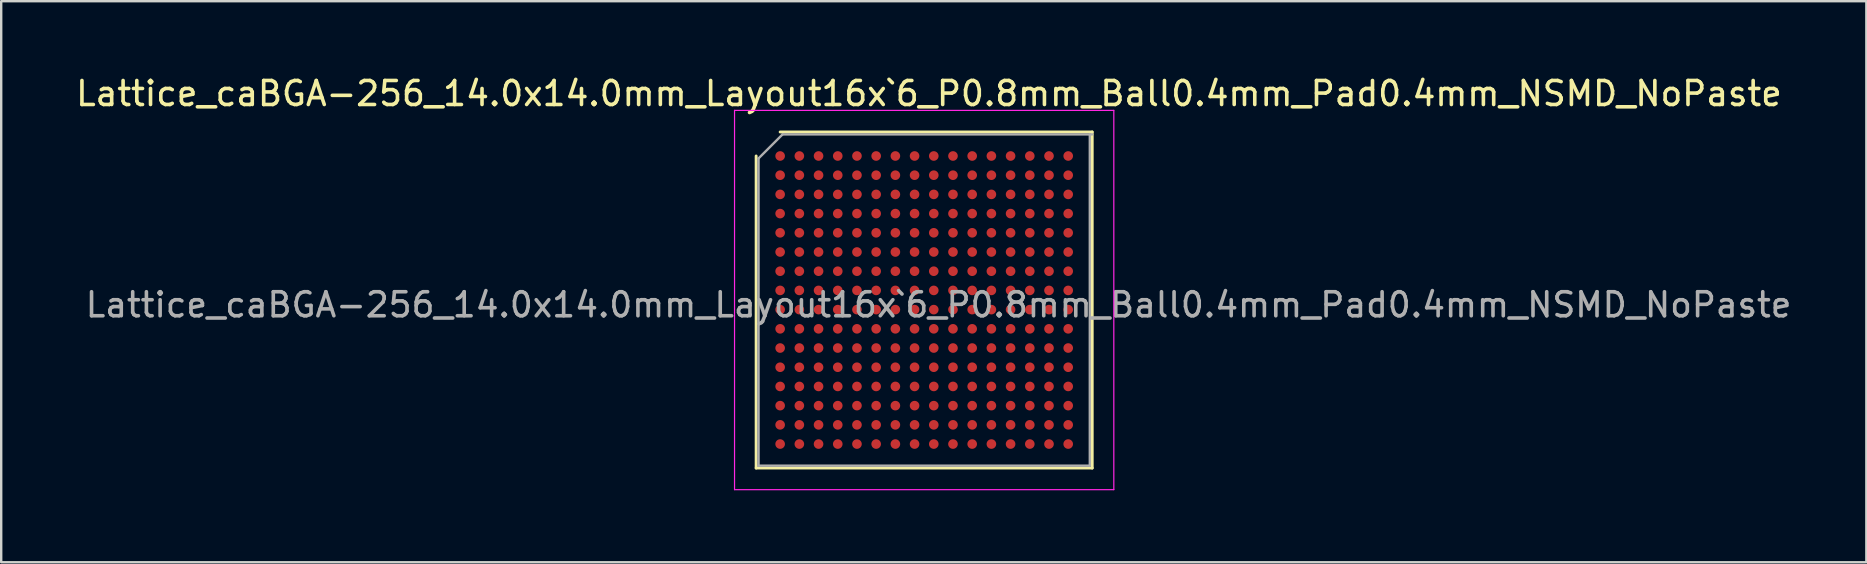
<source format=kicad_pcb>
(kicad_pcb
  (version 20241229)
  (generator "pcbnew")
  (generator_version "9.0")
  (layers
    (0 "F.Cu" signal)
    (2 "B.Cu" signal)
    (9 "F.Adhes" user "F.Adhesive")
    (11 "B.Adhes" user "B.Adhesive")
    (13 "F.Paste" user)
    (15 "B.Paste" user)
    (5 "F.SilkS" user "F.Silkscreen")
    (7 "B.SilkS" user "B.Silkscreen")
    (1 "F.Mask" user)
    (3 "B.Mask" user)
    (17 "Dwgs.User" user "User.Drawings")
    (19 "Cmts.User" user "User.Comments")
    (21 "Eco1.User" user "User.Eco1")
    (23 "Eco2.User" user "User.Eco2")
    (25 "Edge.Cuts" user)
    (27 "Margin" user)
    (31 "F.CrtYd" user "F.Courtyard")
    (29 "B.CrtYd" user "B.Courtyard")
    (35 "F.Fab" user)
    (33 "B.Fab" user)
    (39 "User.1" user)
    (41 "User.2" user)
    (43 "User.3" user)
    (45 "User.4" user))
  (footprint "Lattice_caBGA-256_14.0x14.0mm_Layout16x`6_P0.8mm_Ball0.4mm_Pad0.4mm_NSMD_NoPaste"
    (layer "F.Cu")
    (at 35.449 9.448)
    (property "Reference" "Lattice_caBGA-256_14.0x14.0mm_Layout16x`6_P0.8mm_Ball0.4mm_Pad0.4mm_NSMD_NoPaste" (at 0.2 -8.6 0) (layer "F.SilkS") (effects (font (size 1 1) (thickness 0.15))))
    (attr smd)
    (fp_line (start -7 7) (end -7 -6) (stroke (width 0.12) (type solid)) (layer "F.SilkS"))
    (fp_line (start -6 -7) (end 7 -7) (stroke (width 0.12) (type solid)) (layer "F.SilkS"))
    (fp_line (start 7 -7) (end 7 7) (stroke (width 0.12) (type solid)) (layer "F.SilkS"))
    (fp_line (start 7 7) (end -7 7) (stroke (width 0.12) (type solid)) (layer "F.SilkS"))
    (fp_line (start -7.9 -7.9) (end -7.9 7.9) (stroke (width 0.05) (type solid)) (layer "F.CrtYd"))
    (fp_line (start -7.9 7.9) (end 7.9 7.9) (stroke (width 0.05) (type solid)) (layer "F.CrtYd"))
    (fp_line (start 7.9 -7.9) (end -7.9 -7.9) (stroke (width 0.05) (type solid)) (layer "F.CrtYd"))
    (fp_line (start 7.9 7.9) (end 7.9 -7.9) (stroke (width 0.05) (type solid)) (layer "F.CrtYd"))
    (fp_line (start -6.9 -5.9) (end -5.9 -6.9) (stroke (width 0.1) (type solid)) (layer "F.Fab"))
    (fp_line (start -6.9 6.9) (end -6.9 -5.9) (stroke (width 0.1) (type solid)) (layer "F.Fab"))
    (fp_line (start -5.9 -6.9) (end 7 -6.9) (stroke (width 0.1) (type solid)) (layer "F.Fab"))
    (fp_line (start 6.9 -6.9) (end 6.9 6.9) (stroke (width 0.1) (type solid)) (layer "F.Fab"))
    (fp_line (start 6.9 6.9) (end -6.9 6.9) (stroke (width 0.1) (type solid)) (layer "F.Fab"))
    (fp_text user "${REFERENCE}" (at 0.6 0.2 0) (layer "F.Fab") (effects (font (size 1 1) (thickness 0.15))))
    (pad "A1" smd circle (at -6 -6) (size 0.4 0.4) (layers "F.Cu" "F.Mask"))
    (pad "A2" smd circle (at -6 -5.2) (size 0.4 0.4) (layers "F.Cu" "F.Mask"))
    (pad "A3" smd circle (at -6 -4.4) (size 0.4 0.4) (layers "F.Cu" "F.Mask"))
    (pad "A4" smd circle (at -6 -3.6) (size 0.4 0.4) (layers "F.Cu" "F.Mask"))
    (pad "A5" smd circle (at -6 -2.8) (size 0.4 0.4) (layers "F.Cu" "F.Mask"))
    (pad "A6" smd circle (at -6 -2) (size 0.4 0.4) (layers "F.Cu" "F.Mask"))
    (pad "A7" smd circle (at -6 -1.2) (size 0.4 0.4) (layers "F.Cu" "F.Mask"))
    (pad "A8" smd circle (at -6 -0.4) (size 0.4 0.4) (layers "F.Cu" "F.Mask"))
    (pad "A9" smd circle (at -6 0.4) (size 0.4 0.4) (layers "F.Cu" "F.Mask"))
    (pad "A10" smd circle (at -6 1.2) (size 0.4 0.4) (layers "F.Cu" "F.Mask"))
    (pad "A11" smd circle (at -6 2) (size 0.4 0.4) (layers "F.Cu" "F.Mask"))
    (pad "A12" smd circle (at -6 2.8) (size 0.4 0.4) (layers "F.Cu" "F.Mask"))
    (pad "A13" smd circle (at -6 3.6) (size 0.4 0.4) (layers "F.Cu" "F.Mask"))
    (pad "A14" smd circle (at -6 4.4) (size 0.4 0.4) (layers "F.Cu" "F.Mask"))
    (pad "A15" smd circle (at -6 5.2) (size 0.4 0.4) (layers "F.Cu" "F.Mask"))
    (pad "A16" smd circle (at -6 6) (size 0.4 0.4) (layers "F.Cu" "F.Mask"))
    (pad "B1" smd circle (at -5.2 -6) (size 0.4 0.4) (layers "F.Cu" "F.Mask"))
    (pad "B2" smd circle (at -5.2 -5.2) (size 0.4 0.4) (layers "F.Cu" "F.Mask"))
    (pad "B3" smd circle (at -5.2 -4.4) (size 0.4 0.4) (layers "F.Cu" "F.Mask"))
    (pad "B4" smd circle (at -5.2 -3.6) (size 0.4 0.4) (layers "F.Cu" "F.Mask"))
    (pad "B5" smd circle (at -5.2 -2.8) (size 0.4 0.4) (layers "F.Cu" "F.Mask"))
    (pad "B6" smd circle (at -5.2 -2) (size 0.4 0.4) (layers "F.Cu" "F.Mask"))
    (pad "B7" smd circle (at -5.2 -1.2) (size 0.4 0.4) (layers "F.Cu" "F.Mask"))
    (pad "B8" smd circle (at -5.2 -0.4) (size 0.4 0.4) (layers "F.Cu" "F.Mask"))
    (pad "B9" smd circle (at -5.2 0.4) (size 0.4 0.4) (layers "F.Cu" "F.Mask"))
    (pad "B10" smd circle (at -5.2 1.2) (size 0.4 0.4) (layers "F.Cu" "F.Mask"))
    (pad "B11" smd circle (at -5.2 2) (size 0.4 0.4) (layers "F.Cu" "F.Mask"))
    (pad "B12" smd circle (at -5.2 2.8) (size 0.4 0.4) (layers "F.Cu" "F.Mask"))
    (pad "B13" smd circle (at -5.2 3.6) (size 0.4 0.4) (layers "F.Cu" "F.Mask"))
    (pad "B14" smd circle (at -5.2 4.4) (size 0.4 0.4) (layers "F.Cu" "F.Mask"))
    (pad "B15" smd circle (at -5.2 5.2) (size 0.4 0.4) (layers "F.Cu" "F.Mask"))
    (pad "B16" smd circle (at -5.2 6) (size 0.4 0.4) (layers "F.Cu" "F.Mask"))
    (pad "C1" smd circle (at -4.4 -6) (size 0.4 0.4) (layers "F.Cu" "F.Mask"))
    (pad "C2" smd circle (at -4.4 -5.2) (size 0.4 0.4) (layers "F.Cu" "F.Mask"))
    (pad "C3" smd circle (at -4.4 -4.4) (size 0.4 0.4) (layers "F.Cu" "F.Mask"))
    (pad "C4" smd circle (at -4.4 -3.6) (size 0.4 0.4) (layers "F.Cu" "F.Mask"))
    (pad "C5" smd circle (at -4.4 -2.8) (size 0.4 0.4) (layers "F.Cu" "F.Mask"))
    (pad "C6" smd circle (at -4.4 -2) (size 0.4 0.4) (layers "F.Cu" "F.Mask"))
    (pad "C7" smd circle (at -4.4 -1.2) (size 0.4 0.4) (layers "F.Cu" "F.Mask"))
    (pad "C8" smd circle (at -4.4 -0.4) (size 0.4 0.4) (layers "F.Cu" "F.Mask"))
    (pad "C9" smd circle (at -4.4 0.4) (size 0.4 0.4) (layers "F.Cu" "F.Mask"))
    (pad "C10" smd circle (at -4.4 1.2) (size 0.4 0.4) (layers "F.Cu" "F.Mask"))
    (pad "C11" smd circle (at -4.4 2) (size 0.4 0.4) (layers "F.Cu" "F.Mask"))
    (pad "C12" smd circle (at -4.4 2.8) (size 0.4 0.4) (layers "F.Cu" "F.Mask"))
    (pad "C13" smd circle (at -4.4 3.6) (size 0.4 0.4) (layers "F.Cu" "F.Mask"))
    (pad "C14" smd circle (at -4.4 4.4) (size 0.4 0.4) (layers "F.Cu" "F.Mask"))
    (pad "C15" smd circle (at -4.4 5.2) (size 0.4 0.4) (layers "F.Cu" "F.Mask"))
    (pad "C16" smd circle (at -4.4 6) (size 0.4 0.4) (layers "F.Cu" "F.Mask"))
    (pad "D1" smd circle (at -3.6 -6) (size 0.4 0.4) (layers "F.Cu" "F.Mask"))
    (pad "D2" smd circle (at -3.6 -5.2) (size 0.4 0.4) (layers "F.Cu" "F.Mask"))
    (pad "D3" smd circle (at -3.6 -4.4) (size 0.4 0.4) (layers "F.Cu" "F.Mask"))
    (pad "D4" smd circle (at -3.6 -3.6) (size 0.4 0.4) (layers "F.Cu" "F.Mask"))
    (pad "D5" smd circle (at -3.6 -2.8) (size 0.4 0.4) (layers "F.Cu" "F.Mask"))
    (pad "D6" smd circle (at -3.6 -2) (size 0.4 0.4) (layers "F.Cu" "F.Mask"))
    (pad "D7" smd circle (at -3.6 -1.2) (size 0.4 0.4) (layers "F.Cu" "F.Mask"))
    (pad "D8" smd circle (at -3.6 -0.4) (size 0.4 0.4) (layers "F.Cu" "F.Mask"))
    (pad "D9" smd circle (at -3.6 0.4) (size 0.4 0.4) (layers "F.Cu" "F.Mask"))
    (pad "D10" smd circle (at -3.6 1.2) (size 0.4 0.4) (layers "F.Cu" "F.Mask"))
    (pad "D11" smd circle (at -3.6 2) (size 0.4 0.4) (layers "F.Cu" "F.Mask"))
    (pad "D12" smd circle (at -3.6 2.8) (size 0.4 0.4) (layers "F.Cu" "F.Mask"))
    (pad "D13" smd circle (at -3.6 3.6) (size 0.4 0.4) (layers "F.Cu" "F.Mask"))
    (pad "D14" smd circle (at -3.6 4.4) (size 0.4 0.4) (layers "F.Cu" "F.Mask"))
    (pad "D15" smd circle (at -3.6 5.2) (size 0.4 0.4) (layers "F.Cu" "F.Mask"))
    (pad "D16" smd circle (at -3.6 6) (size 0.4 0.4) (layers "F.Cu" "F.Mask"))
    (pad "E1" smd circle (at -2.8 -6) (size 0.4 0.4) (layers "F.Cu" "F.Mask"))
    (pad "E2" smd circle (at -2.8 -5.2) (size 0.4 0.4) (layers "F.Cu" "F.Mask"))
    (pad "E3" smd circle (at -2.8 -4.4) (size 0.4 0.4) (layers "F.Cu" "F.Mask"))
    (pad "E4" smd circle (at -2.8 -3.6) (size 0.4 0.4) (layers "F.Cu" "F.Mask"))
    (pad "E5" smd circle (at -2.8 -2.8) (size 0.4 0.4) (layers "F.Cu" "F.Mask"))
    (pad "E6" smd circle (at -2.8 -2) (size 0.4 0.4) (layers "F.Cu" "F.Mask"))
    (pad "E7" smd circle (at -2.8 -1.2) (size 0.4 0.4) (layers "F.Cu" "F.Mask"))
    (pad "E8" smd circle (at -2.8 -0.4) (size 0.4 0.4) (layers "F.Cu" "F.Mask"))
    (pad "E9" smd circle (at -2.8 0.4) (size 0.4 0.4) (layers "F.Cu" "F.Mask"))
    (pad "E10" smd circle (at -2.8 1.2) (size 0.4 0.4) (layers "F.Cu" "F.Mask"))
    (pad "E11" smd circle (at -2.8 2) (size 0.4 0.4) (layers "F.Cu" "F.Mask"))
    (pad "E12" smd circle (at -2.8 2.8) (size 0.4 0.4) (layers "F.Cu" "F.Mask"))
    (pad "E13" smd circle (at -2.8 3.6) (size 0.4 0.4) (layers "F.Cu" "F.Mask"))
    (pad "E14" smd circle (at -2.8 4.4) (size 0.4 0.4) (layers "F.Cu" "F.Mask"))
    (pad "E15" smd circle (at -2.8 5.2) (size 0.4 0.4) (layers "F.Cu" "F.Mask"))
    (pad "E16" smd circle (at -2.8 6) (size 0.4 0.4) (layers "F.Cu" "F.Mask"))
    (pad "F1" smd circle (at -2 -6) (size 0.4 0.4) (layers "F.Cu" "F.Mask"))
    (pad "F2" smd circle (at -2 -5.2) (size 0.4 0.4) (layers "F.Cu" "F.Mask"))
    (pad "F3" smd circle (at -2 -4.4) (size 0.4 0.4) (layers "F.Cu" "F.Mask"))
    (pad "F4" smd circle (at -2 -3.6) (size 0.4 0.4) (layers "F.Cu" "F.Mask"))
    (pad "F5" smd circle (at -2 -2.8) (size 0.4 0.4) (layers "F.Cu" "F.Mask"))
    (pad "F6" smd circle (at -2 -2) (size 0.4 0.4) (layers "F.Cu" "F.Mask"))
    (pad "F7" smd circle (at -2 -1.2) (size 0.4 0.4) (layers "F.Cu" "F.Mask"))
    (pad "F8" smd circle (at -2 -0.4) (size 0.4 0.4) (layers "F.Cu" "F.Mask"))
    (pad "F9" smd circle (at -2 0.4) (size 0.4 0.4) (layers "F.Cu" "F.Mask"))
    (pad "F10" smd circle (at -2 1.2) (size 0.4 0.4) (layers "F.Cu" "F.Mask"))
    (pad "F11" smd circle (at -2 2) (size 0.4 0.4) (layers "F.Cu" "F.Mask"))
    (pad "F12" smd circle (at -2 2.8) (size 0.4 0.4) (layers "F.Cu" "F.Mask"))
    (pad "F13" smd circle (at -2 3.6) (size 0.4 0.4) (layers "F.Cu" "F.Mask"))
    (pad "F14" smd circle (at -2 4.4) (size 0.4 0.4) (layers "F.Cu" "F.Mask"))
    (pad "F15" smd circle (at -2 5.2) (size 0.4 0.4) (layers "F.Cu" "F.Mask"))
    (pad "F16" smd circle (at -2 6) (size 0.4 0.4) (layers "F.Cu" "F.Mask"))
    (pad "G1" smd circle (at -1.2 -6) (size 0.4 0.4) (layers "F.Cu" "F.Mask"))
    (pad "G2" smd circle (at -1.2 -5.2) (size 0.4 0.4) (layers "F.Cu" "F.Mask"))
    (pad "G3" smd circle (at -1.2 -4.4) (size 0.4 0.4) (layers "F.Cu" "F.Mask"))
    (pad "G4" smd circle (at -1.2 -3.6) (size 0.4 0.4) (layers "F.Cu" "F.Mask"))
    (pad "G5" smd circle (at -1.2 -2.8) (size 0.4 0.4) (layers "F.Cu" "F.Mask"))
    (pad "G6" smd circle (at -1.2 -2) (size 0.4 0.4) (layers "F.Cu" "F.Mask"))
    (pad "G7" smd circle (at -1.2 -1.2) (size 0.4 0.4) (layers "F.Cu" "F.Mask"))
    (pad "G8" smd circle (at -1.2 -0.4) (size 0.4 0.4) (layers "F.Cu" "F.Mask"))
    (pad "G9" smd circle (at -1.2 0.4) (size 0.4 0.4) (layers "F.Cu" "F.Mask"))
    (pad "G10" smd circle (at -1.2 1.2) (size 0.4 0.4) (layers "F.Cu" "F.Mask"))
    (pad "G11" smd circle (at -1.2 2) (size 0.4 0.4) (layers "F.Cu" "F.Mask"))
    (pad "G12" smd circle (at -1.2 2.8) (size 0.4 0.4) (layers "F.Cu" "F.Mask"))
    (pad "G13" smd circle (at -1.2 3.6) (size 0.4 0.4) (layers "F.Cu" "F.Mask"))
    (pad "G14" smd circle (at -1.2 4.4) (size 0.4 0.4) (layers "F.Cu" "F.Mask"))
    (pad "G15" smd circle (at -1.2 5.2) (size 0.4 0.4) (layers "F.Cu" "F.Mask"))
    (pad "G16" smd circle (at -1.2 6) (size 0.4 0.4) (layers "F.Cu" "F.Mask"))
    (pad "H1" smd circle (at -0.4 -6) (size 0.4 0.4) (layers "F.Cu" "F.Mask"))
    (pad "H2" smd circle (at -0.4 -5.2) (size 0.4 0.4) (layers "F.Cu" "F.Mask"))
    (pad "H3" smd circle (at -0.4 -4.4) (size 0.4 0.4) (layers "F.Cu" "F.Mask"))
    (pad "H4" smd circle (at -0.4 -3.6) (size 0.4 0.4) (layers "F.Cu" "F.Mask"))
    (pad "H5" smd circle (at -0.4 -2.8) (size 0.4 0.4) (layers "F.Cu" "F.Mask"))
    (pad "H6" smd circle (at -0.4 -2) (size 0.4 0.4) (layers "F.Cu" "F.Mask"))
    (pad "H7" smd circle (at -0.4 -1.2) (size 0.4 0.4) (layers "F.Cu" "F.Mask"))
    (pad "H8" smd circle (at -0.4 -0.4) (size 0.4 0.4) (layers "F.Cu" "F.Mask"))
    (pad "H9" smd circle (at -0.4 0.4) (size 0.4 0.4) (layers "F.Cu" "F.Mask"))
    (pad "H10" smd circle (at -0.4 1.2) (size 0.4 0.4) (layers "F.Cu" "F.Mask"))
    (pad "H11" smd circle (at -0.4 2) (size 0.4 0.4) (layers "F.Cu" "F.Mask"))
    (pad "H12" smd circle (at -0.4 2.8) (size 0.4 0.4) (layers "F.Cu" "F.Mask"))
    (pad "H13" smd circle (at -0.4 3.6) (size 0.4 0.4) (layers "F.Cu" "F.Mask"))
    (pad "H14" smd circle (at -0.4 4.4) (size 0.4 0.4) (layers "F.Cu" "F.Mask"))
    (pad "H15" smd circle (at -0.4 5.2) (size 0.4 0.4) (layers "F.Cu" "F.Mask"))
    (pad "H16" smd circle (at -0.4 6) (size 0.4 0.4) (layers "F.Cu" "F.Mask"))
    (pad "J1" smd circle (at 0.4 -6) (size 0.4 0.4) (layers "F.Cu" "F.Mask"))
    (pad "J2" smd circle (at 0.4 -5.2) (size 0.4 0.4) (layers "F.Cu" "F.Mask"))
    (pad "J3" smd circle (at 0.4 -4.4) (size 0.4 0.4) (layers "F.Cu" "F.Mask"))
    (pad "J4" smd circle (at 0.4 -3.6) (size 0.4 0.4) (layers "F.Cu" "F.Mask"))
    (pad "J5" smd circle (at 0.4 -2.8) (size 0.4 0.4) (layers "F.Cu" "F.Mask"))
    (pad "J6" smd circle (at 0.4 -2) (size 0.4 0.4) (layers "F.Cu" "F.Mask"))
    (pad "J7" smd circle (at 0.4 -1.2) (size 0.4 0.4) (layers "F.Cu" "F.Mask"))
    (pad "J8" smd circle (at 0.4 -0.4) (size 0.4 0.4) (layers "F.Cu" "F.Mask"))
    (pad "J9" smd circle (at 0.4 0.4) (size 0.4 0.4) (layers "F.Cu" "F.Mask"))
    (pad "J10" smd circle (at 0.4 1.2) (size 0.4 0.4) (layers "F.Cu" "F.Mask"))
    (pad "J11" smd circle (at 0.4 2) (size 0.4 0.4) (layers "F.Cu" "F.Mask"))
    (pad "J12" smd circle (at 0.4 2.8) (size 0.4 0.4) (layers "F.Cu" "F.Mask"))
    (pad "J13" smd circle (at 0.4 3.6) (size 0.4 0.4) (layers "F.Cu" "F.Mask"))
    (pad "J14" smd circle (at 0.4 4.4) (size 0.4 0.4) (layers "F.Cu" "F.Mask"))
    (pad "J15" smd circle (at 0.4 5.2) (size 0.4 0.4) (layers "F.Cu" "F.Mask"))
    (pad "J16" smd circle (at 0.4 6) (size 0.4 0.4) (layers "F.Cu" "F.Mask"))
    (pad "K1" smd circle (at 1.2 -6) (size 0.4 0.4) (layers "F.Cu" "F.Mask"))
    (pad "K2" smd circle (at 1.2 -5.2) (size 0.4 0.4) (layers "F.Cu" "F.Mask"))
    (pad "K3" smd circle (at 1.2 -4.4) (size 0.4 0.4) (layers "F.Cu" "F.Mask"))
    (pad "K4" smd circle (at 1.2 -3.6) (size 0.4 0.4) (layers "F.Cu" "F.Mask"))
    (pad "K5" smd circle (at 1.2 -2.8) (size 0.4 0.4) (layers "F.Cu" "F.Mask"))
    (pad "K6" smd circle (at 1.2 -2) (size 0.4 0.4) (layers "F.Cu" "F.Mask"))
    (pad "K7" smd circle (at 1.2 -1.2) (size 0.4 0.4) (layers "F.Cu" "F.Mask"))
    (pad "K8" smd circle (at 1.2 -0.4) (size 0.4 0.4) (layers "F.Cu" "F.Mask"))
    (pad "K9" smd circle (at 1.2 0.4) (size 0.4 0.4) (layers "F.Cu" "F.Mask"))
    (pad "K10" smd circle (at 1.2 1.2) (size 0.4 0.4) (layers "F.Cu" "F.Mask"))
    (pad "K11" smd circle (at 1.2 2) (size 0.4 0.4) (layers "F.Cu" "F.Mask"))
    (pad "K12" smd circle (at 1.2 2.8) (size 0.4 0.4) (layers "F.Cu" "F.Mask"))
    (pad "K13" smd circle (at 1.2 3.6) (size 0.4 0.4) (layers "F.Cu" "F.Mask"))
    (pad "K14" smd circle (at 1.2 4.4) (size 0.4 0.4) (layers "F.Cu" "F.Mask"))
    (pad "K15" smd circle (at 1.2 5.2) (size 0.4 0.4) (layers "F.Cu" "F.Mask"))
    (pad "K16" smd circle (at 1.2 6) (size 0.4 0.4) (layers "F.Cu" "F.Mask"))
    (pad "L1" smd circle (at 2 -6) (size 0.4 0.4) (layers "F.Cu" "F.Mask"))
    (pad "L2" smd circle (at 2 -5.2) (size 0.4 0.4) (layers "F.Cu" "F.Mask"))
    (pad "L3" smd circle (at 2 -4.4) (size 0.4 0.4) (layers "F.Cu" "F.Mask"))
    (pad "L4" smd circle (at 2 -3.6) (size 0.4 0.4) (layers "F.Cu" "F.Mask"))
    (pad "L5" smd circle (at 2 -2.8) (size 0.4 0.4) (layers "F.Cu" "F.Mask"))
    (pad "L6" smd circle (at 2 -2) (size 0.4 0.4) (layers "F.Cu" "F.Mask"))
    (pad "L7" smd circle (at 2 -1.2) (size 0.4 0.4) (layers "F.Cu" "F.Mask"))
    (pad "L8" smd circle (at 2 -0.4) (size 0.4 0.4) (layers "F.Cu" "F.Mask"))
    (pad "L9" smd circle (at 2 0.4) (size 0.4 0.4) (layers "F.Cu" "F.Mask"))
    (pad "L10" smd circle (at 2 1.2) (size 0.4 0.4) (layers "F.Cu" "F.Mask"))
    (pad "L11" smd circle (at 2 2) (size 0.4 0.4) (layers "F.Cu" "F.Mask"))
    (pad "L12" smd circle (at 2 2.8) (size 0.4 0.4) (layers "F.Cu" "F.Mask"))
    (pad "L13" smd circle (at 2 3.6) (size 0.4 0.4) (layers "F.Cu" "F.Mask"))
    (pad "L14" smd circle (at 2 4.4) (size 0.4 0.4) (layers "F.Cu" "F.Mask"))
    (pad "L15" smd circle (at 2 5.2) (size 0.4 0.4) (layers "F.Cu" "F.Mask"))
    (pad "L16" smd circle (at 2 6) (size 0.4 0.4) (layers "F.Cu" "F.Mask"))
    (pad "M1" smd circle (at 2.8 -6) (size 0.4 0.4) (layers "F.Cu" "F.Mask"))
    (pad "M2" smd circle (at 2.8 -5.2) (size 0.4 0.4) (layers "F.Cu" "F.Mask"))
    (pad "M3" smd circle (at 2.8 -4.4) (size 0.4 0.4) (layers "F.Cu" "F.Mask"))
    (pad "M4" smd circle (at 2.8 -3.6) (size 0.4 0.4) (layers "F.Cu" "F.Mask"))
    (pad "M5" smd circle (at 2.8 -2.8) (size 0.4 0.4) (layers "F.Cu" "F.Mask"))
    (pad "M6" smd circle (at 2.8 -2) (size 0.4 0.4) (layers "F.Cu" "F.Mask"))
    (pad "M7" smd circle (at 2.8 -1.2) (size 0.4 0.4) (layers "F.Cu" "F.Mask"))
    (pad "M8" smd circle (at 2.8 -0.4) (size 0.4 0.4) (layers "F.Cu" "F.Mask"))
    (pad "M9" smd circle (at 2.8 0.4) (size 0.4 0.4) (layers "F.Cu" "F.Mask"))
    (pad "M10" smd circle (at 2.8 1.2) (size 0.4 0.4) (layers "F.Cu" "F.Mask"))
    (pad "M11" smd circle (at 2.8 2) (size 0.4 0.4) (layers "F.Cu" "F.Mask"))
    (pad "M12" smd circle (at 2.8 2.8) (size 0.4 0.4) (layers "F.Cu" "F.Mask"))
    (pad "M13" smd circle (at 2.8 3.6) (size 0.4 0.4) (layers "F.Cu" "F.Mask"))
    (pad "M14" smd circle (at 2.8 4.4) (size 0.4 0.4) (layers "F.Cu" "F.Mask"))
    (pad "M15" smd circle (at 2.8 5.2) (size 0.4 0.4) (layers "F.Cu" "F.Mask"))
    (pad "M16" smd circle (at 2.8 6) (size 0.4 0.4) (layers "F.Cu" "F.Mask"))
    (pad "N1" smd circle (at 3.6 -6) (size 0.4 0.4) (layers "F.Cu" "F.Mask"))
    (pad "N2" smd circle (at 3.6 -5.2) (size 0.4 0.4) (layers "F.Cu" "F.Mask"))
    (pad "N3" smd circle (at 3.6 -4.4) (size 0.4 0.4) (layers "F.Cu" "F.Mask"))
    (pad "N4" smd circle (at 3.6 -3.6) (size 0.4 0.4) (layers "F.Cu" "F.Mask"))
    (pad "N5" smd circle (at 3.6 -2.8) (size 0.4 0.4) (layers "F.Cu" "F.Mask"))
    (pad "N6" smd circle (at 3.6 -2) (size 0.4 0.4) (layers "F.Cu" "F.Mask"))
    (pad "N7" smd circle (at 3.6 -1.2) (size 0.4 0.4) (layers "F.Cu" "F.Mask"))
    (pad "N8" smd circle (at 3.6 -0.4) (size 0.4 0.4) (layers "F.Cu" "F.Mask"))
    (pad "N9" smd circle (at 3.6 0.4) (size 0.4 0.4) (layers "F.Cu" "F.Mask"))
    (pad "N10" smd circle (at 3.6 1.2) (size 0.4 0.4) (layers "F.Cu" "F.Mask"))
    (pad "N11" smd circle (at 3.6 2) (size 0.4 0.4) (layers "F.Cu" "F.Mask"))
    (pad "N12" smd circle (at 3.6 2.8) (size 0.4 0.4) (layers "F.Cu" "F.Mask"))
    (pad "N13" smd circle (at 3.6 3.6) (size 0.4 0.4) (layers "F.Cu" "F.Mask"))
    (pad "N14" smd circle (at 3.6 4.4) (size 0.4 0.4) (layers "F.Cu" "F.Mask"))
    (pad "N15" smd circle (at 3.6 5.2) (size 0.4 0.4) (layers "F.Cu" "F.Mask"))
    (pad "N16" smd circle (at 3.6 6) (size 0.4 0.4) (layers "F.Cu" "F.Mask"))
    (pad "P1" smd circle (at 4.4 -6) (size 0.4 0.4) (layers "F.Cu" "F.Mask"))
    (pad "P2" smd circle (at 4.4 -5.2) (size 0.4 0.4) (layers "F.Cu" "F.Mask"))
    (pad "P3" smd circle (at 4.4 -4.4) (size 0.4 0.4) (layers "F.Cu" "F.Mask"))
    (pad "P4" smd circle (at 4.4 -3.6) (size 0.4 0.4) (layers "F.Cu" "F.Mask"))
    (pad "P5" smd circle (at 4.4 -2.8) (size 0.4 0.4) (layers "F.Cu" "F.Mask"))
    (pad "P6" smd circle (at 4.4 -2) (size 0.4 0.4) (layers "F.Cu" "F.Mask"))
    (pad "P7" smd circle (at 4.4 -1.2) (size 0.4 0.4) (layers "F.Cu" "F.Mask"))
    (pad "P8" smd circle (at 4.4 -0.4) (size 0.4 0.4) (layers "F.Cu" "F.Mask"))
    (pad "P9" smd circle (at 4.4 0.4) (size 0.4 0.4) (layers "F.Cu" "F.Mask"))
    (pad "P10" smd circle (at 4.4 1.2) (size 0.4 0.4) (layers "F.Cu" "F.Mask"))
    (pad "P11" smd circle (at 4.4 2) (size 0.4 0.4) (layers "F.Cu" "F.Mask"))
    (pad "P12" smd circle (at 4.4 2.8) (size 0.4 0.4) (layers "F.Cu" "F.Mask"))
    (pad "P13" smd circle (at 4.4 3.6) (size 0.4 0.4) (layers "F.Cu" "F.Mask"))
    (pad "P14" smd circle (at 4.4 4.4) (size 0.4 0.4) (layers "F.Cu" "F.Mask"))
    (pad "P15" smd circle (at 4.4 5.2) (size 0.4 0.4) (layers "F.Cu" "F.Mask"))
    (pad "P16" smd circle (at 4.4 6) (size 0.4 0.4) (layers "F.Cu" "F.Mask"))
    (pad "R1" smd circle (at 5.2 -6) (size 0.4 0.4) (layers "F.Cu" "F.Mask"))
    (pad "R2" smd circle (at 5.2 -5.2) (size 0.4 0.4) (layers "F.Cu" "F.Mask"))
    (pad "R3" smd circle (at 5.2 -4.4) (size 0.4 0.4) (layers "F.Cu" "F.Mask"))
    (pad "R4" smd circle (at 5.2 -3.6) (size 0.4 0.4) (layers "F.Cu" "F.Mask"))
    (pad "R5" smd circle (at 5.2 -2.8) (size 0.4 0.4) (layers "F.Cu" "F.Mask"))
    (pad "R6" smd circle (at 5.2 -2) (size 0.4 0.4) (layers "F.Cu" "F.Mask"))
    (pad "R7" smd circle (at 5.2 -1.2) (size 0.4 0.4) (layers "F.Cu" "F.Mask"))
    (pad "R8" smd circle (at 5.2 -0.4) (size 0.4 0.4) (layers "F.Cu" "F.Mask"))
    (pad "R9" smd circle (at 5.2 0.4) (size 0.4 0.4) (layers "F.Cu" "F.Mask"))
    (pad "R10" smd circle (at 5.2 1.2) (size 0.4 0.4) (layers "F.Cu" "F.Mask"))
    (pad "R11" smd circle (at 5.2 2) (size 0.4 0.4) (layers "F.Cu" "F.Mask"))
    (pad "R12" smd circle (at 5.2 2.8) (size 0.4 0.4) (layers "F.Cu" "F.Mask"))
    (pad "R13" smd circle (at 5.2 3.6) (size 0.4 0.4) (layers "F.Cu" "F.Mask"))
    (pad "R14" smd circle (at 5.2 4.4) (size 0.4 0.4) (layers "F.Cu" "F.Mask"))
    (pad "R15" smd circle (at 5.2 5.2) (size 0.4 0.4) (layers "F.Cu" "F.Mask"))
    (pad "R16" smd circle (at 5.2 6) (size 0.4 0.4) (layers "F.Cu" "F.Mask"))
    (pad "T1" smd circle (at 6 -6) (size 0.4 0.4) (layers "F.Cu" "F.Mask"))
    (pad "T2" smd circle (at 6 -5.2) (size 0.4 0.4) (layers "F.Cu" "F.Mask"))
    (pad "T3" smd circle (at 6 -4.4) (size 0.4 0.4) (layers "F.Cu" "F.Mask"))
    (pad "T4" smd circle (at 6 -3.6) (size 0.4 0.4) (layers "F.Cu" "F.Mask"))
    (pad "T5" smd circle (at 6 -2.8) (size 0.4 0.4) (layers "F.Cu" "F.Mask"))
    (pad "T6" smd circle (at 6 -2) (size 0.4 0.4) (layers "F.Cu" "F.Mask"))
    (pad "T7" smd circle (at 6 -1.2) (size 0.4 0.4) (layers "F.Cu" "F.Mask"))
    (pad "T8" smd circle (at 6 -0.4) (size 0.4 0.4) (layers "F.Cu" "F.Mask"))
    (pad "T9" smd circle (at 6 0.4) (size 0.4 0.4) (layers "F.Cu" "F.Mask"))
    (pad "T10" smd circle (at 6 1.2) (size 0.4 0.4) (layers "F.Cu" "F.Mask"))
    (pad "T11" smd circle (at 6 2) (size 0.4 0.4) (layers "F.Cu" "F.Mask"))
    (pad "T12" smd circle (at 6 2.8) (size 0.4 0.4) (layers "F.Cu" "F.Mask"))
    (pad "T13" smd circle (at 6 3.6) (size 0.4 0.4) (layers "F.Cu" "F.Mask"))
    (pad "T14" smd circle (at 6 4.4) (size 0.4 0.4) (layers "F.Cu" "F.Mask"))
    (pad "T15" smd circle (at 6 5.2) (size 0.4 0.4) (layers "F.Cu" "F.Mask"))
    (pad "T16" smd circle (at 6 6) (size 0.4 0.4) (layers "F.Cu" "F.Mask")))
  (gr_rect
    (start -3 -3)
    (end 74.698 20.373)
    (stroke (width 0.1) (type default))
    (fill no)
    (layer "Edge.Cuts")))
</source>
